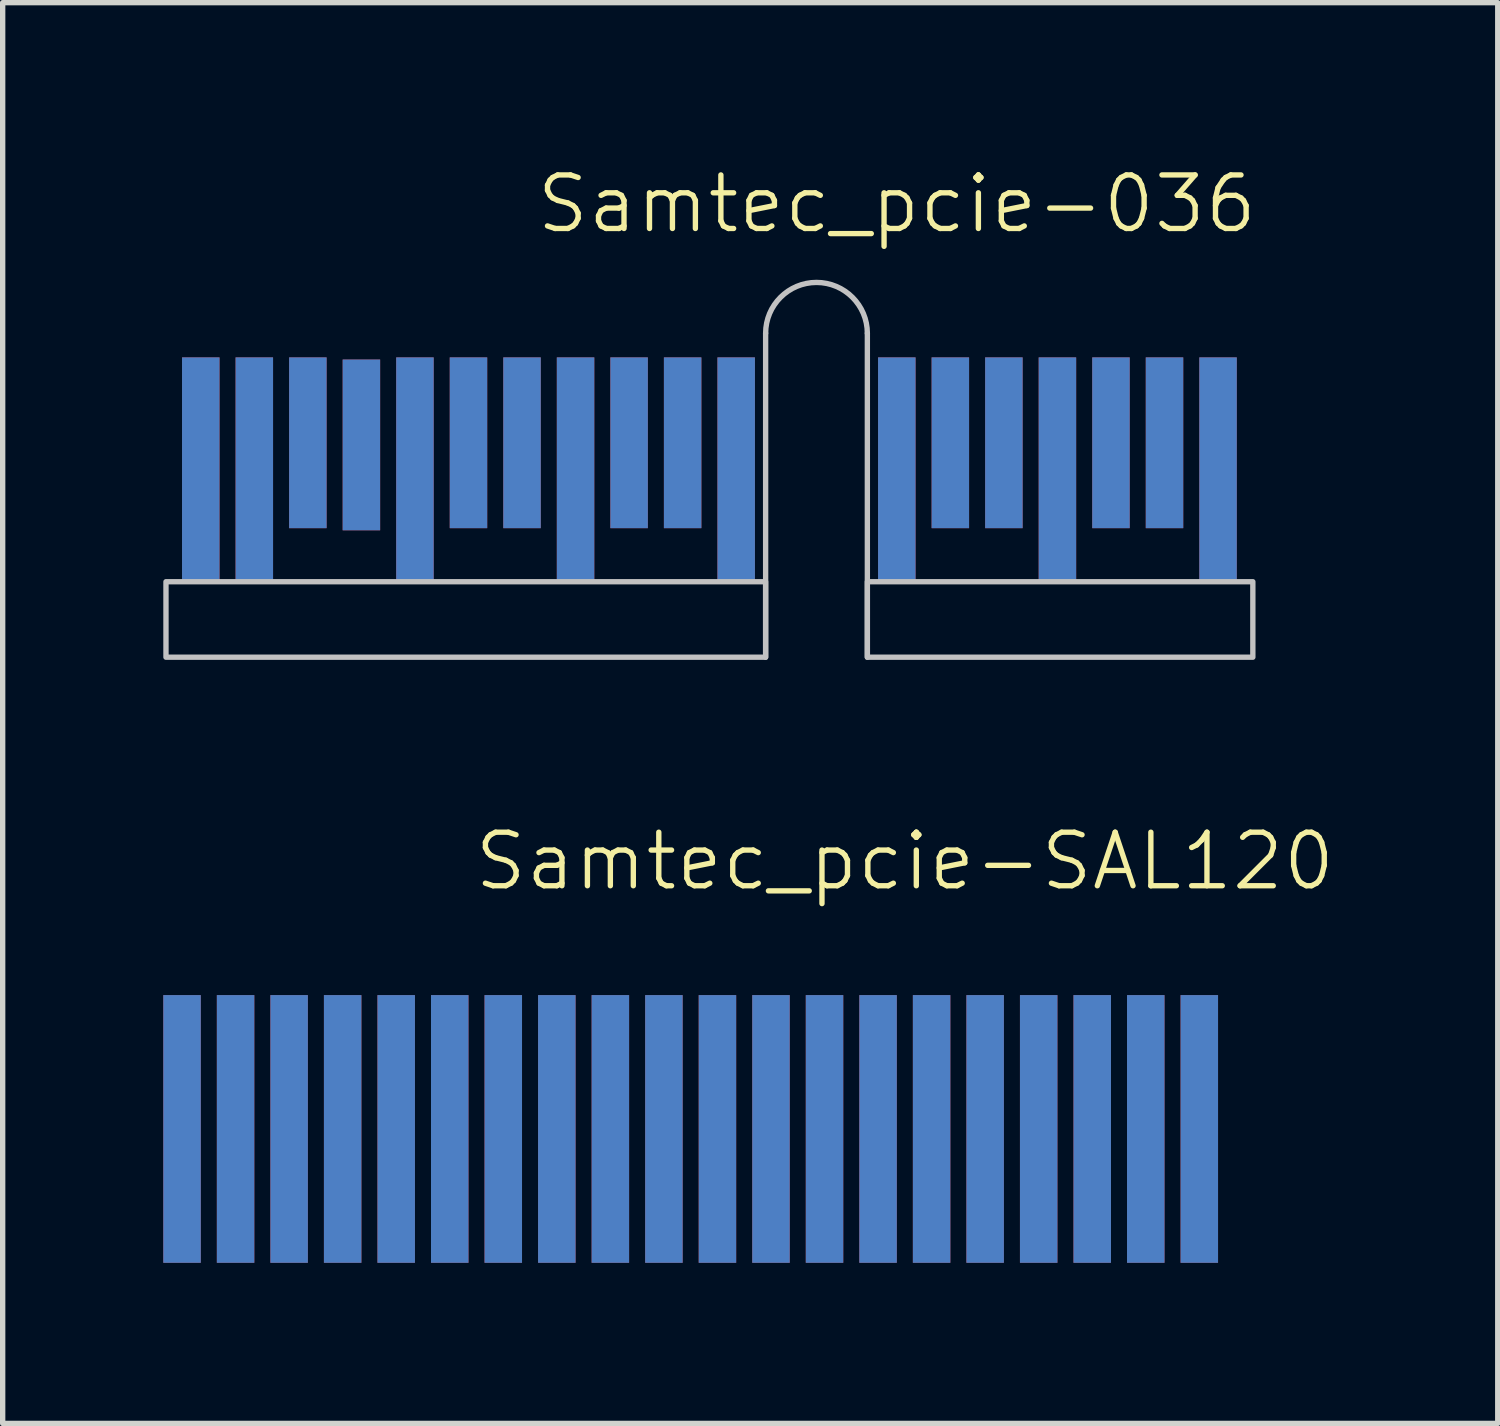
<source format=kicad_pcb>
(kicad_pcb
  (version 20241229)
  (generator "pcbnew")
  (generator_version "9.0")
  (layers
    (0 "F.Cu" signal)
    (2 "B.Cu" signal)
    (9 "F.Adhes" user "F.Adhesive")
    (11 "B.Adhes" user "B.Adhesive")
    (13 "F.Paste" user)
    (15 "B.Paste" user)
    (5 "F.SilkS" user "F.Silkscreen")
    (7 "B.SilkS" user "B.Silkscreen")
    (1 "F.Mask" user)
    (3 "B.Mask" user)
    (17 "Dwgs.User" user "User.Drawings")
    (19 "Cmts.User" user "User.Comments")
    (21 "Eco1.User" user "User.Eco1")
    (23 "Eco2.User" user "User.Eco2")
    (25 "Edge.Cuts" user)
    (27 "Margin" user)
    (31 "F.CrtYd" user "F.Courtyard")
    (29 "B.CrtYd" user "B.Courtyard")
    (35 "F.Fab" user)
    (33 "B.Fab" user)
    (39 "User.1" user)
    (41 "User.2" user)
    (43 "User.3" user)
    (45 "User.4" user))
  (footprint "Samtec_pcie-036"
    (layer "F.Cu")
    (at 12.2 3.22)
    (property "Reference" "Samtec_pcie-036" (at 1.5 -2.46 0) (unlocked yes) (layer "F.SilkS") (effects (font (size 1 1) (thickness 0.1))))
    (attr smd)
    (fp_line (start -0.95 6.005) (end -0.95 -0.045) (stroke (width 0.1) (type default)) (layer "Dwgs.User"))
    (fp_line (start 0.95 6.005) (end 0.95 -0.045) (stroke (width 0.1) (type default)) (layer "Dwgs.User"))
    (fp_rect (start -0.95 6.005) (end -12.15 4.595) (stroke (width 0.1) (type default)) (fill no) (layer "Dwgs.User"))
    (fp_rect (start 0.95 4.595) (end 8.15 6.005) (stroke (width 0.1) (type default)) (fill no) (layer "Dwgs.User"))
    (fp_arc (start -0.95 -0.045) (mid 0 -0.995) (end 0.95 -0.045) (stroke (width 0.1) (type default)) (layer "Dwgs.User"))
    (pad "1" connect rect (at -11.5 2.5) (size 0.7 4.19) (layers "F.Cu" "F.Mask"))
    (pad "2" connect rect (at -11.5 2.5) (size 0.7 4.19) (layers "B.Cu" "B.Mask"))
    (pad "3" connect rect (at -10.5 2.5) (size 0.7 4.19) (layers "F.Cu" "F.Mask"))
    (pad "4" connect rect (at -10.5 2.5) (size 0.7 4.19) (layers "B.Cu" "B.Mask"))
    (pad "5" connect rect (at -9.5 2) (size 0.7 3.19) (layers "F.Cu" "F.Mask"))
    (pad "6" connect rect (at -9.5 2) (size 0.7 3.19) (layers "B.Cu" "B.Mask"))
    (pad "7" connect rect (at -8.5 2.04) (size 0.7 3.19) (layers "F.Cu" "F.Mask"))
    (pad "8" connect rect (at -8.5 2.04) (size 0.7 3.19) (layers "B.Cu" "B.Mask"))
    (pad "9" connect rect (at -7.5 2.5) (size 0.7 4.19) (layers "F.Cu" "F.Mask"))
    (pad "10" connect rect (at -7.5 2.5) (size 0.7 4.19) (layers "B.Cu" "B.Mask"))
    (pad "11" connect rect (at -6.5 2) (size 0.7 3.19) (layers "F.Cu" "F.Mask"))
    (pad "12" connect rect (at -6.5 2) (size 0.7 3.19) (layers "B.Cu" "B.Mask"))
    (pad "13" connect rect (at -5.5 2) (size 0.7 3.19) (layers "F.Cu" "F.Mask"))
    (pad "14" connect rect (at -5.5 2) (size 0.7 3.19) (layers "B.Cu" "B.Mask"))
    (pad "15" connect rect (at -4.5 2.5) (size 0.7 4.19) (layers "F.Cu" "F.Mask"))
    (pad "16" connect rect (at -4.5 2.5) (size 0.7 4.19) (layers "B.Cu" "B.Mask"))
    (pad "17" connect rect (at -3.5 2) (size 0.7 3.19) (layers "F.Cu" "F.Mask"))
    (pad "18" connect rect (at -3.5 2) (size 0.7 3.19) (layers "B.Cu" "B.Mask"))
    (pad "19" connect rect (at -2.5 2) (size 0.7 3.19) (layers "F.Cu" "F.Mask"))
    (pad "20" connect rect (at -2.5 2) (size 0.7 3.19) (layers "B.Cu" "B.Mask"))
    (pad "21" connect rect (at -1.5 2.5) (size 0.7 4.19) (layers "F.Cu" "F.Mask"))
    (pad "22" connect rect (at -1.5 2.5) (size 0.7 4.19) (layers "B.Cu" "B.Mask"))
    (pad "23" connect rect (at 1.5 2.5) (size 0.7 4.19) (layers "F.Cu" "F.Mask"))
    (pad "24" connect rect (at 1.5 2.5) (size 0.7 4.19) (layers "B.Cu" "B.Mask"))
    (pad "25" connect rect (at 2.5 2) (size 0.7 3.19) (layers "F.Cu" "F.Mask"))
    (pad "26" connect rect (at 2.5 2) (size 0.7 3.19) (layers "B.Cu" "B.Mask"))
    (pad "27" connect rect (at 3.5 2) (size 0.7 3.19) (layers "F.Cu" "F.Mask"))
    (pad "28" connect rect (at 3.5 2) (size 0.7 3.19) (layers "B.Cu" "B.Mask"))
    (pad "29" connect rect (at 4.5 2.5) (size 0.7 4.19) (layers "F.Cu" "F.Mask"))
    (pad "30" connect rect (at 4.5 2.5) (size 0.7 4.19) (layers "B.Cu" "B.Mask"))
    (pad "31" connect rect (at 5.5 2) (size 0.7 3.19) (layers "F.Cu" "F.Mask"))
    (pad "32" connect rect (at 5.5 2) (size 0.7 3.19) (layers "B.Cu" "B.Mask"))
    (pad "33" connect rect (at 6.5 2) (size 0.7 3.19) (layers "F.Cu" "F.Mask"))
    (pad "34" connect rect (at 6.5 2) (size 0.7 3.19) (layers "B.Cu" "B.Mask"))
    (pad "35" connect rect (at 7.5 2.5) (size 0.7 4.19) (layers "F.Cu" "F.Mask"))
    (pad "36" connect rect (at 7.5 2.5) (size 0.7 4.19) (layers "B.Cu" "B.Mask")))
  (footprint "Samtec_pcie-SAL120"
    (layer "F.Cu")
    (at 9.85 18.036)
    (property "Reference" "Samtec_pcie-SAL120" (at 4 -5 0) (unlocked yes) (layer "F.SilkS") (effects (font (size 1 1) (thickness 0.1))))
    (attr smd)
    (pad "1" connect rect (at -9.5 0) (size 0.7 5) (layers "F.Cu" "F.Mask"))
    (pad "2" connect rect (at -9.5 0) (size 0.7 5) (layers "B.Cu" "B.Mask"))
    (pad "3" connect rect (at -8.5 0) (size 0.7 5) (layers "F.Cu" "F.Mask"))
    (pad "4" connect rect (at -8.5 0) (size 0.7 5) (layers "B.Cu" "B.Mask"))
    (pad "5" connect rect (at -7.5 0) (size 0.7 5) (layers "F.Cu" "F.Mask"))
    (pad "6" connect rect (at -7.5 0) (size 0.7 5) (layers "B.Cu" "B.Mask"))
    (pad "7" connect rect (at -6.5 0) (size 0.7 5) (layers "F.Cu" "F.Mask"))
    (pad "8" connect rect (at -6.5 0) (size 0.7 5) (layers "B.Cu" "B.Mask"))
    (pad "9" connect rect (at -5.5 0) (size 0.7 5) (layers "F.Cu" "F.Mask"))
    (pad "10" connect rect (at -5.5 0) (size 0.7 5) (layers "B.Cu" "B.Mask"))
    (pad "11" connect rect (at -4.5 0) (size 0.7 5) (layers "F.Cu" "F.Mask"))
    (pad "12" connect rect (at -4.5 0) (size 0.7 5) (layers "B.Cu" "B.Mask"))
    (pad "13" connect rect (at -3.5 0) (size 0.7 5) (layers "F.Cu" "F.Mask"))
    (pad "14" connect rect (at -3.5 0) (size 0.7 5) (layers "B.Cu" "B.Mask"))
    (pad "15" connect rect (at -2.5 0) (size 0.7 5) (layers "F.Cu" "F.Mask"))
    (pad "16" connect rect (at -2.5 0) (size 0.7 5) (layers "B.Cu" "B.Mask"))
    (pad "17" connect rect (at -1.5 0) (size 0.7 5) (layers "F.Cu" "F.Mask"))
    (pad "18" connect rect (at -1.5 0) (size 0.7 5) (layers "B.Cu" "B.Mask"))
    (pad "19" connect rect (at -0.5 0) (size 0.7 5) (layers "F.Cu" "F.Mask"))
    (pad "20" connect rect (at -0.5 0) (size 0.7 5) (layers "B.Cu" "B.Mask"))
    (pad "21" connect rect (at 0.5 0) (size 0.7 5) (layers "F.Cu" "F.Mask"))
    (pad "22" connect rect (at 0.5 0) (size 0.7 5) (layers "B.Cu" "B.Mask"))
    (pad "23" connect rect (at 1.5 0) (size 0.7 5) (layers "F.Cu" "F.Mask"))
    (pad "24" connect rect (at 1.5 0) (size 0.7 5) (layers "B.Cu" "B.Mask"))
    (pad "25" connect rect (at 2.5 0) (size 0.7 5) (layers "F.Cu" "F.Mask"))
    (pad "26" connect rect (at 2.5 0) (size 0.7 5) (layers "B.Cu" "B.Mask"))
    (pad "27" connect rect (at 3.5 0) (size 0.7 5) (layers "F.Cu" "F.Mask"))
    (pad "28" connect rect (at 3.5 0) (size 0.7 5) (layers "B.Cu" "B.Mask"))
    (pad "29" connect rect (at 4.5 0) (size 0.7 5) (layers "F.Cu" "F.Mask"))
    (pad "30" connect rect (at 4.5 0) (size 0.7 5) (layers "B.Cu" "B.Mask"))
    (pad "31" connect rect (at 5.5 0) (size 0.7 5) (layers "F.Cu" "F.Mask"))
    (pad "32" connect rect (at 5.5 0) (size 0.7 5) (layers "B.Cu" "B.Mask"))
    (pad "33" connect rect (at 6.5 0) (size 0.7 5) (layers "F.Cu" "F.Mask"))
    (pad "34" connect rect (at 6.5 0) (size 0.7 5) (layers "B.Cu" "B.Mask"))
    (pad "35" connect rect (at 7.5 0) (size 0.7 5) (layers "F.Cu" "F.Mask"))
    (pad "36" connect rect (at 7.5 0) (size 0.7 5) (layers "B.Cu" "B.Mask"))
    (pad "37" connect rect (at 8.5 0) (size 0.7 5) (layers "F.Cu" "F.Mask"))
    (pad "38" connect rect (at 8.5 0) (size 0.7 5) (layers "B.Cu" "B.Mask"))
    (pad "39" connect rect (at 9.5 0) (size 0.7 5) (layers "F.Cu" "F.Mask"))
    (pad "40" connect rect (at 9.5 0) (size 0.7 5) (layers "B.Cu" "B.Mask")))
  (gr_rect
    (start -3 -3)
    (end 24.924 23.536)
    (stroke (width 0.1) (type default))
    (fill no)
    (layer "Edge.Cuts")))
</source>
